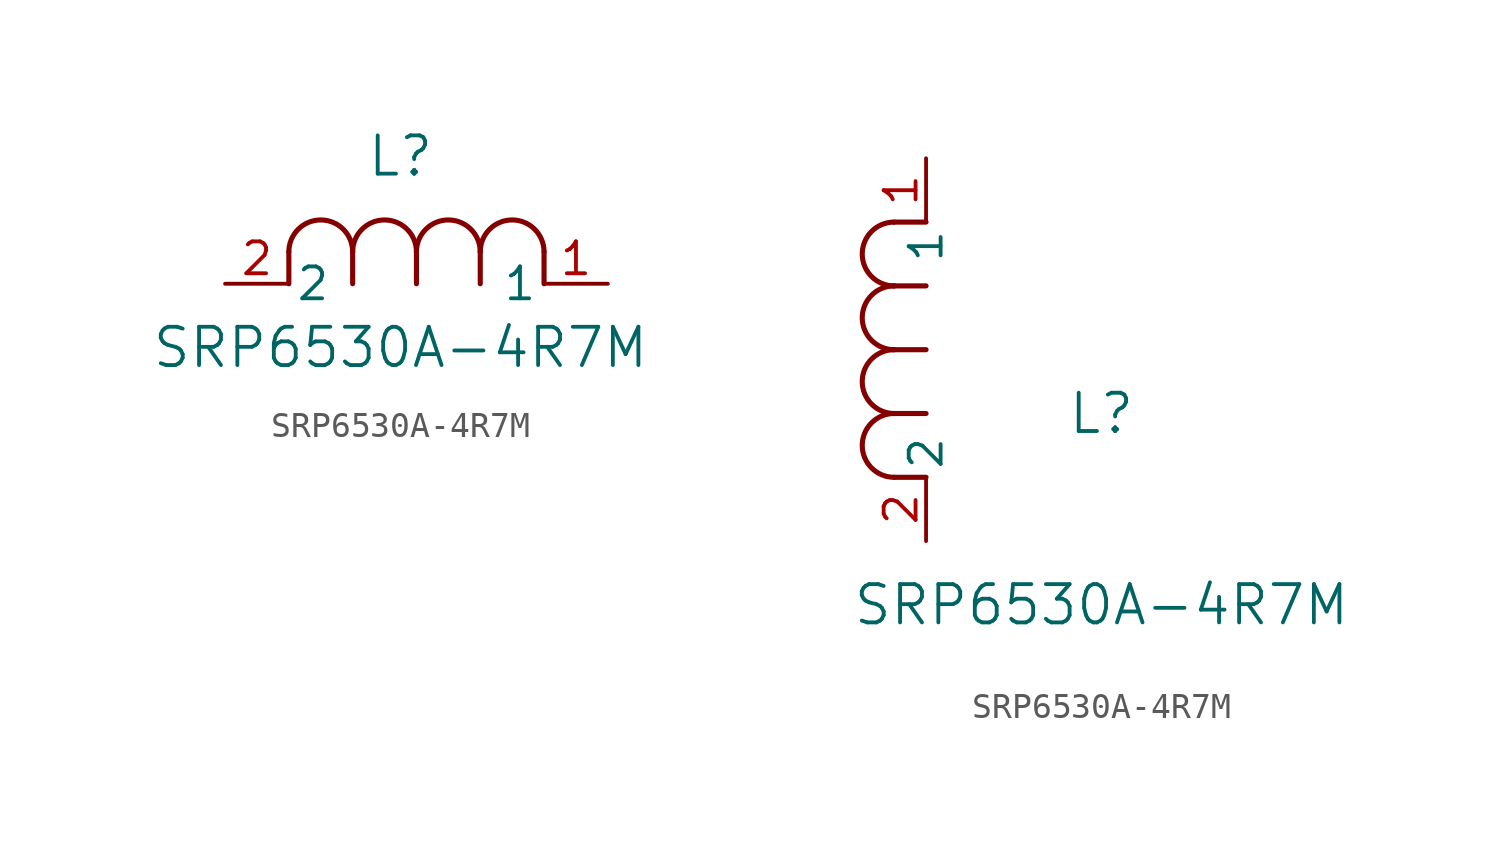
<source format=kicad_sym>
(kicad_symbol_lib
  (version 20211014)
  (generator kicad_symbol_editor)
  (symbol "SRP6530A-4R7M"
    (pin_names
      (offset 0.254))
    (property "Reference" "L"
      (at 6.985 5.08 0)
      (effects (font (size 1.524 1.524))))
    (property "Value" "SRP6530A-4R7M"
      (at 6.985 -2.54 0)
      (effects (font (size 1.524 1.524))))
    (symbol "SRP6530A-4R7M_1_1"
      (arc (start 7.62 1.27) (mid 6.35 2.54) (end 5.08 1.27) (stroke (width 0.2032) (type default) (color 0 0 0 0)) (fill (type none)))
      (polyline (pts (xy 5.08 0) (xy 5.08 1.27)) (stroke (width 0.203) (type default) (color 0 0 0 0)) (fill (type none)))
      (polyline (pts (xy 7.62 0) (xy 7.62 1.27)) (stroke (width 0.203) (type default) (color 0 0 0 0)) (fill (type none)))
      (polyline (pts (xy 12.7 0) (xy 12.7 1.27)) (stroke (width 0.203) (type default) (color 0 0 0 0)) (fill (type none)))
      (arc (start 5.08 1.27) (mid 3.81 2.54) (end 2.54 1.27) (stroke (width 0.2032) (type default) (color 0 0 0 0)) (fill (type none)))
      (arc (start 10.16 1.27) (mid 8.89 2.54) (end 7.62 1.27) (stroke (width 0.2032) (type default) (color 0 0 0 0)) (fill (type none)))
      (arc (start 12.7 1.27) (mid 11.43 2.54) (end 10.16 1.27) (stroke (width 0.2032) (type default) (color 0 0 0 0)) (fill (type none)))
      (polyline (pts (xy 2.54 0) (xy 2.54 1.27)) (stroke (width 0.203) (type default) (color 0 0 0 0)) (fill (type none)))
      (polyline (pts (xy 10.16 0) (xy 10.16 1.27)) (stroke (width 0.203) (type default) (color 0 0 0 0)) (fill (type none)))
      (pin unspecified line (at 0 0 0) (length 2.54) (name "2" (effects (font (size 1.27 1.27)))) (number "2" (effects (font (size 1.27 1.27)))))
      (pin unspecified line (at 15.24 0 180) (length 2.54) (name "1" (effects (font (size 1.27 1.27)))) (number "1" (effects (font (size 1.27 1.27))))))
    (symbol "SRP6530A-4R7M_1_2"
      (arc (start -1.27 7.62) (mid -2.54 6.35) (end -1.27 5.08) (stroke (width 0.2032) (type default) (color 0 0 0 0)) (fill (type none)))
      (arc (start -1.27 5.08) (mid -2.54 3.81) (end -1.27 2.54) (stroke (width 0.2032) (type default) (color 0 0 0 0)) (fill (type none)))
      (arc (start -1.27 12.7) (mid -2.54 11.43) (end -1.27 10.16) (stroke (width 0.2032) (type default) (color 0 0 0 0)) (fill (type none)))
      (arc (start -1.27 10.16) (mid -2.54 8.89) (end -1.27 7.62) (stroke (width 0.2032) (type default) (color 0 0 0 0)) (fill (type none)))
      (polyline (pts (xy 0 7.62) (xy -1.27 7.62)) (stroke (width 0.203) (type default) (color 0 0 0 0)) (fill (type none)))
      (polyline (pts (xy 0 5.08) (xy -1.27 5.08)) (stroke (width 0.203) (type default) (color 0 0 0 0)) (fill (type none)))
      (polyline (pts (xy 0 12.7) (xy -1.27 12.7)) (stroke (width 0.203) (type default) (color 0 0 0 0)) (fill (type none)))
      (polyline (pts (xy 0 2.54) (xy -1.27 2.54)) (stroke (width 0.203) (type default) (color 0 0 0 0)) (fill (type none)))
      (polyline (pts (xy 0 10.16) (xy -1.27 10.16)) (stroke (width 0.203) (type default) (color 0 0 0 0)) (fill (type none)))
      (pin unspecified line (at 0 0 90) (length 2.54) (name "2" (effects (font (size 1.27 1.27)))) (number "2" (effects (font (size 1.27 1.27)))))
      (pin unspecified line (at 0 15.24 270) (length 2.54) (name "1" (effects (font (size 1.27 1.27)))) (number "1" (effects (font (size 1.27 1.27))))))))
</source>
